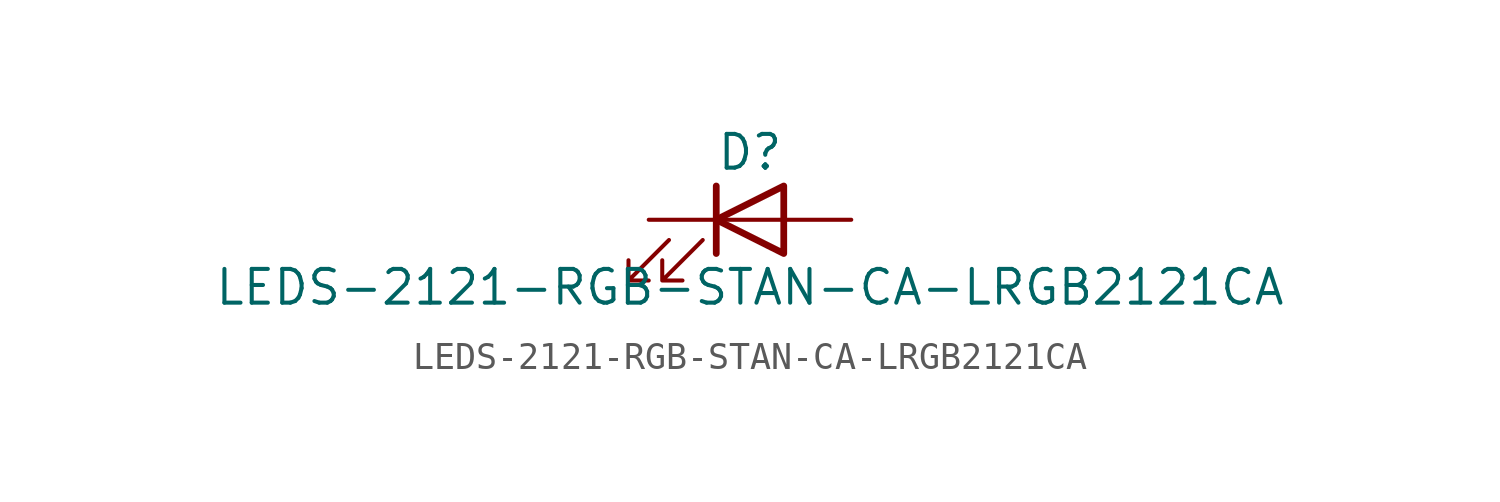
<source format=kicad_sym>
(kicad_symbol_lib
  (version 20211014)
  (generator kicad_symbol_editor)
  (symbol "LEDS-2121-RGB-STAN-CA-LRGB2121CA"
    (pin_numbers hide)
    (pin_names
      (offset 1.016) hide)
    (property "Reference" "D"
      (at 0 2.54 0)
      (effects (font (size 1.27 1.27))))
    (property "Value" "LEDS-2121-RGB-STAN-CA-LRGB2121CA"
      (at 0 -2.54 0)
      (effects (font (size 1.27 1.27))))
    (symbol "LEDS-2121-RGB-STAN-CA-LRGB2121CA_0_1"
      (polyline (pts (xy -1.27 -1.27) (xy -1.27 1.27)) (stroke (width 0.254) (type default) (color 0 0 0 0)) (fill (type none)))
      (polyline (pts (xy -1.27 0) (xy 1.27 0)) (stroke (width 0) (type default) (color 0 0 0 0)) (fill (type none)))
      (polyline (pts (xy 1.27 -1.27) (xy 1.27 1.27) (xy -1.27 0) (xy 1.27 -1.27)) (stroke (width 0.254) (type default) (color 0 0 0 0)) (fill (type none)))
      (polyline (pts (xy -3.048 -0.762) (xy -4.572 -2.286) (xy -3.81 -2.286) (xy -4.572 -2.286) (xy -4.572 -1.524)) (stroke (width 0) (type default) (color 0 0 0 0)) (fill (type none)))
      (polyline (pts (xy -1.778 -0.762) (xy -3.302 -2.286) (xy -2.54 -2.286) (xy -3.302 -2.286) (xy -3.302 -1.524)) (stroke (width 0) (type default) (color 0 0 0 0)) (fill (type none))))
    (symbol "LEDS-2121-RGB-STAN-CA-LRGB2121CA_1_1"
      (pin passive line (at -3.81 0 0) (length 2.54) (name "K" (effects (font (size 1.27 1.27)))) (number "1" (effects (font (size 1.27 1.27)))))
      (pin passive line (at 3.81 0 180) (length 2.54) (name "A" (effects (font (size 1.27 1.27)))) (number "2" (effects (font (size 1.27 1.27))))))))
</source>
